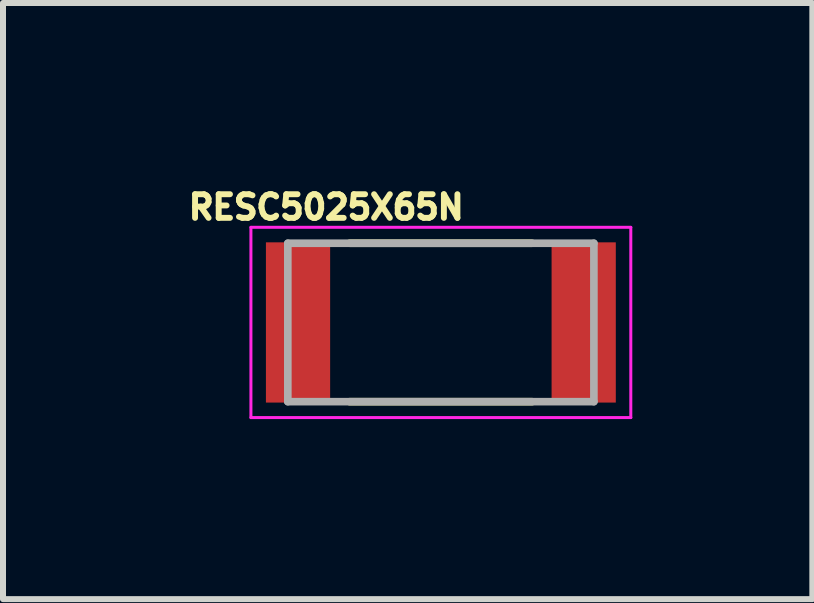
<source format=kicad_pcb>
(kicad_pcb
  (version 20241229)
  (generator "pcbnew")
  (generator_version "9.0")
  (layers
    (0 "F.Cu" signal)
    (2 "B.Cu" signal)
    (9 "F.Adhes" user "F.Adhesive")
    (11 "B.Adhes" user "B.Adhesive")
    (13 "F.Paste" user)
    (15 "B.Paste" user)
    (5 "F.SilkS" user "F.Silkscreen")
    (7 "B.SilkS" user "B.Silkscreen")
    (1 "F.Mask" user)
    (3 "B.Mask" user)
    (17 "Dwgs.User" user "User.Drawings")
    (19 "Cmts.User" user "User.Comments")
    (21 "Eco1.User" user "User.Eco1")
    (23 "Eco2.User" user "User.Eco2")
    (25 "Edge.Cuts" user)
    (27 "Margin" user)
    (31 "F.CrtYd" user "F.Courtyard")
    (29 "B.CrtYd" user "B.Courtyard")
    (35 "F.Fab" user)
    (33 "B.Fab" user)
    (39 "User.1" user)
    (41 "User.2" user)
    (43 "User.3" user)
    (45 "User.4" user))
  (footprint "RESC5025X65N"
    (layer "F.Cu")
    (at 4.296 2.323)
    (property "Reference" "RESC5025X65N" (at -1.91 -1.92 0) (layer "F.SilkS") (effects (font (size 0.394 0.394) (thickness 0.15))))
    (attr smd)
    (fp_line (start -1.52 -1.32) (end 1.52 -1.32) (stroke (width 0.127) (type solid)) (layer "F.SilkS"))
    (fp_line (start -1.52 1.32) (end 1.52 1.32) (stroke (width 0.127) (type solid)) (layer "F.SilkS"))
    (fp_line (start -3.165 -1.585) (end 3.165 -1.585) (stroke (width 0.05) (type solid)) (layer "F.CrtYd"))
    (fp_line (start -3.165 1.585) (end -3.165 -1.585) (stroke (width 0.05) (type solid)) (layer "F.CrtYd"))
    (fp_line (start -3.165 1.585) (end 3.165 1.585) (stroke (width 0.05) (type solid)) (layer "F.CrtYd"))
    (fp_line (start 3.165 1.585) (end 3.165 -1.585) (stroke (width 0.05) (type solid)) (layer "F.CrtYd"))
    (fp_line (start -2.55 1.32) (end -2.55 -1.32) (stroke (width 0.127) (type solid)) (layer "F.Fab"))
    (fp_line (start 2.55 -1.32) (end -2.55 -1.32) (stroke (width 0.127) (type solid)) (layer "F.Fab"))
    (fp_line (start 2.55 1.32) (end -2.55 1.32) (stroke (width 0.127) (type solid)) (layer "F.Fab"))
    (fp_line (start 2.55 1.32) (end 2.55 -1.32) (stroke (width 0.127) (type solid)) (layer "F.Fab"))
    (pad "1" smd rect (at -2.38 0) (size 1.07 2.67) (layers "F.Cu" "F.Mask" "F.Paste"))
    (pad "2" smd rect (at 2.38 0) (size 1.07 2.67) (layers "F.Cu" "F.Mask" "F.Paste")))
  (gr_rect
    (start -3 -3)
    (end 10.486 6.933)
    (stroke (width 0.1) (type default))
    (fill no)
    (layer "Edge.Cuts")))
</source>
